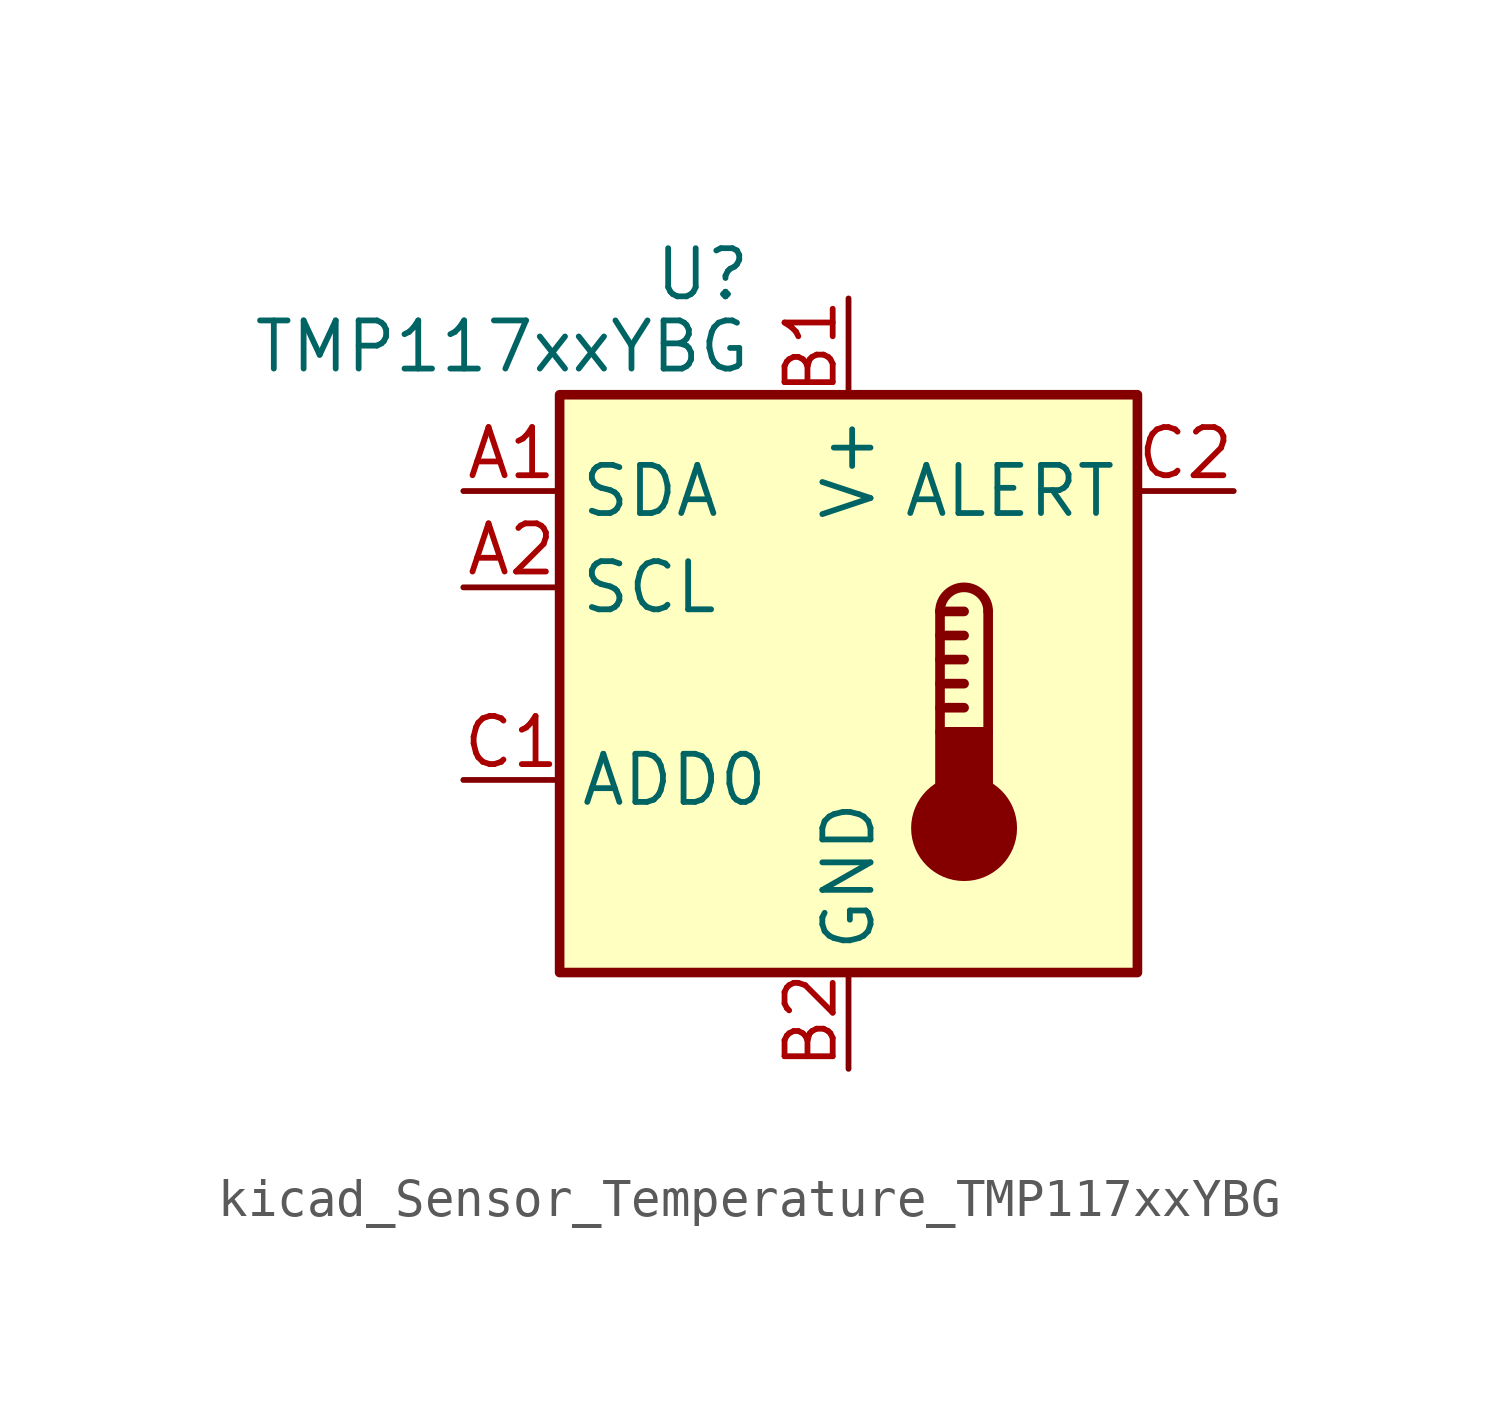
<source format=kicad_sym>
(kicad_symbol_lib
  (version 20220914)
  (generator kicad_symbol_editor)
  (symbol "kicad_Sensor_Temperature_TMP117xxYBG"
    (property "Reference" "U"
      (at -2.54 10.795 0)
      (effects (font (size 1.27 1.27)) (justify right)))
    (property "Value" "TMP117xxYBG"
      (at -2.54 8.89 0)
      (effects (font (size 1.27 1.27)) (justify right)))
    (symbol "kicad_Sensor_Temperature_TMP117xxYBG_0_1"
      (rectangle (start -7.62 7.62) (end 7.62 -7.62) (stroke (width 0.254) (type default)) (fill (type background))))
    (symbol "kicad_Sensor_Temperature_TMP117xxYBG_1_1"
      (polyline (pts (xy 2.413 -0.635) (xy 3.048 -0.635)) (stroke (width 0.254) (type default)) (fill (type none)))
      (polyline (pts (xy 2.413 0) (xy 3.048 0)) (stroke (width 0.254) (type default)) (fill (type none)))
      (polyline (pts (xy 2.413 0.635) (xy 3.048 0.635)) (stroke (width 0.254) (type default)) (fill (type none)))
      (polyline (pts (xy 2.413 1.27) (xy 3.048 1.27)) (stroke (width 0.254) (type default)) (fill (type none)))
      (polyline (pts (xy 2.413 1.905) (xy 2.413 -1.27)) (stroke (width 0.254) (type default)) (fill (type none)))
      (polyline (pts (xy 2.413 1.905) (xy 3.048 1.905)) (stroke (width 0.254) (type default)) (fill (type none)))
      (polyline (pts (xy 3.683 1.905) (xy 3.683 -1.27)) (stroke (width 0.254) (type default)) (fill (type none)))
      (circle (center 3.048 -3.81) (radius 1.27) (stroke (width 0.254) (type default)) (fill (type outline)))
      (rectangle (start 3.683 -3.175) (end 2.413 -1.27) (stroke (width 0.254) (type default)) (fill (type outline)))
      (arc (start 3.683 1.905) (mid 3.048 2.5373) (end 2.413 1.905) (stroke (width 0.254) (type default)) (fill (type none)))
      (pin bidirectional line (at -10.16 5.08 0) (length 2.54) (name "SDA" (effects (font (size 1.27 1.27)))) (number "A1" (effects (font (size 1.27 1.27)))))
      (pin input line (at -10.16 2.54 0) (length 2.54) (name "SCL" (effects (font (size 1.27 1.27)))) (number "A2" (effects (font (size 1.27 1.27)))))
      (pin power_in line (at 0 10.16 270) (length 2.54) (name "V+" (effects (font (size 1.27 1.27)))) (number "B1" (effects (font (size 1.27 1.27)))))
      (pin power_in line (at 0 -10.16 90) (length 2.54) (name "GND" (effects (font (size 1.27 1.27)))) (number "B2" (effects (font (size 1.27 1.27)))))
      (pin input line (at -10.16 -2.54 0) (length 2.54) (name "ADD0" (effects (font (size 1.27 1.27)))) (number "C1" (effects (font (size 1.27 1.27)))))
      (pin open_collector line (at 10.16 5.08 180) (length 2.54) (name "ALERT" (effects (font (size 1.27 1.27)))) (number "C2" (effects (font (size 1.27 1.27))))))))
</source>
